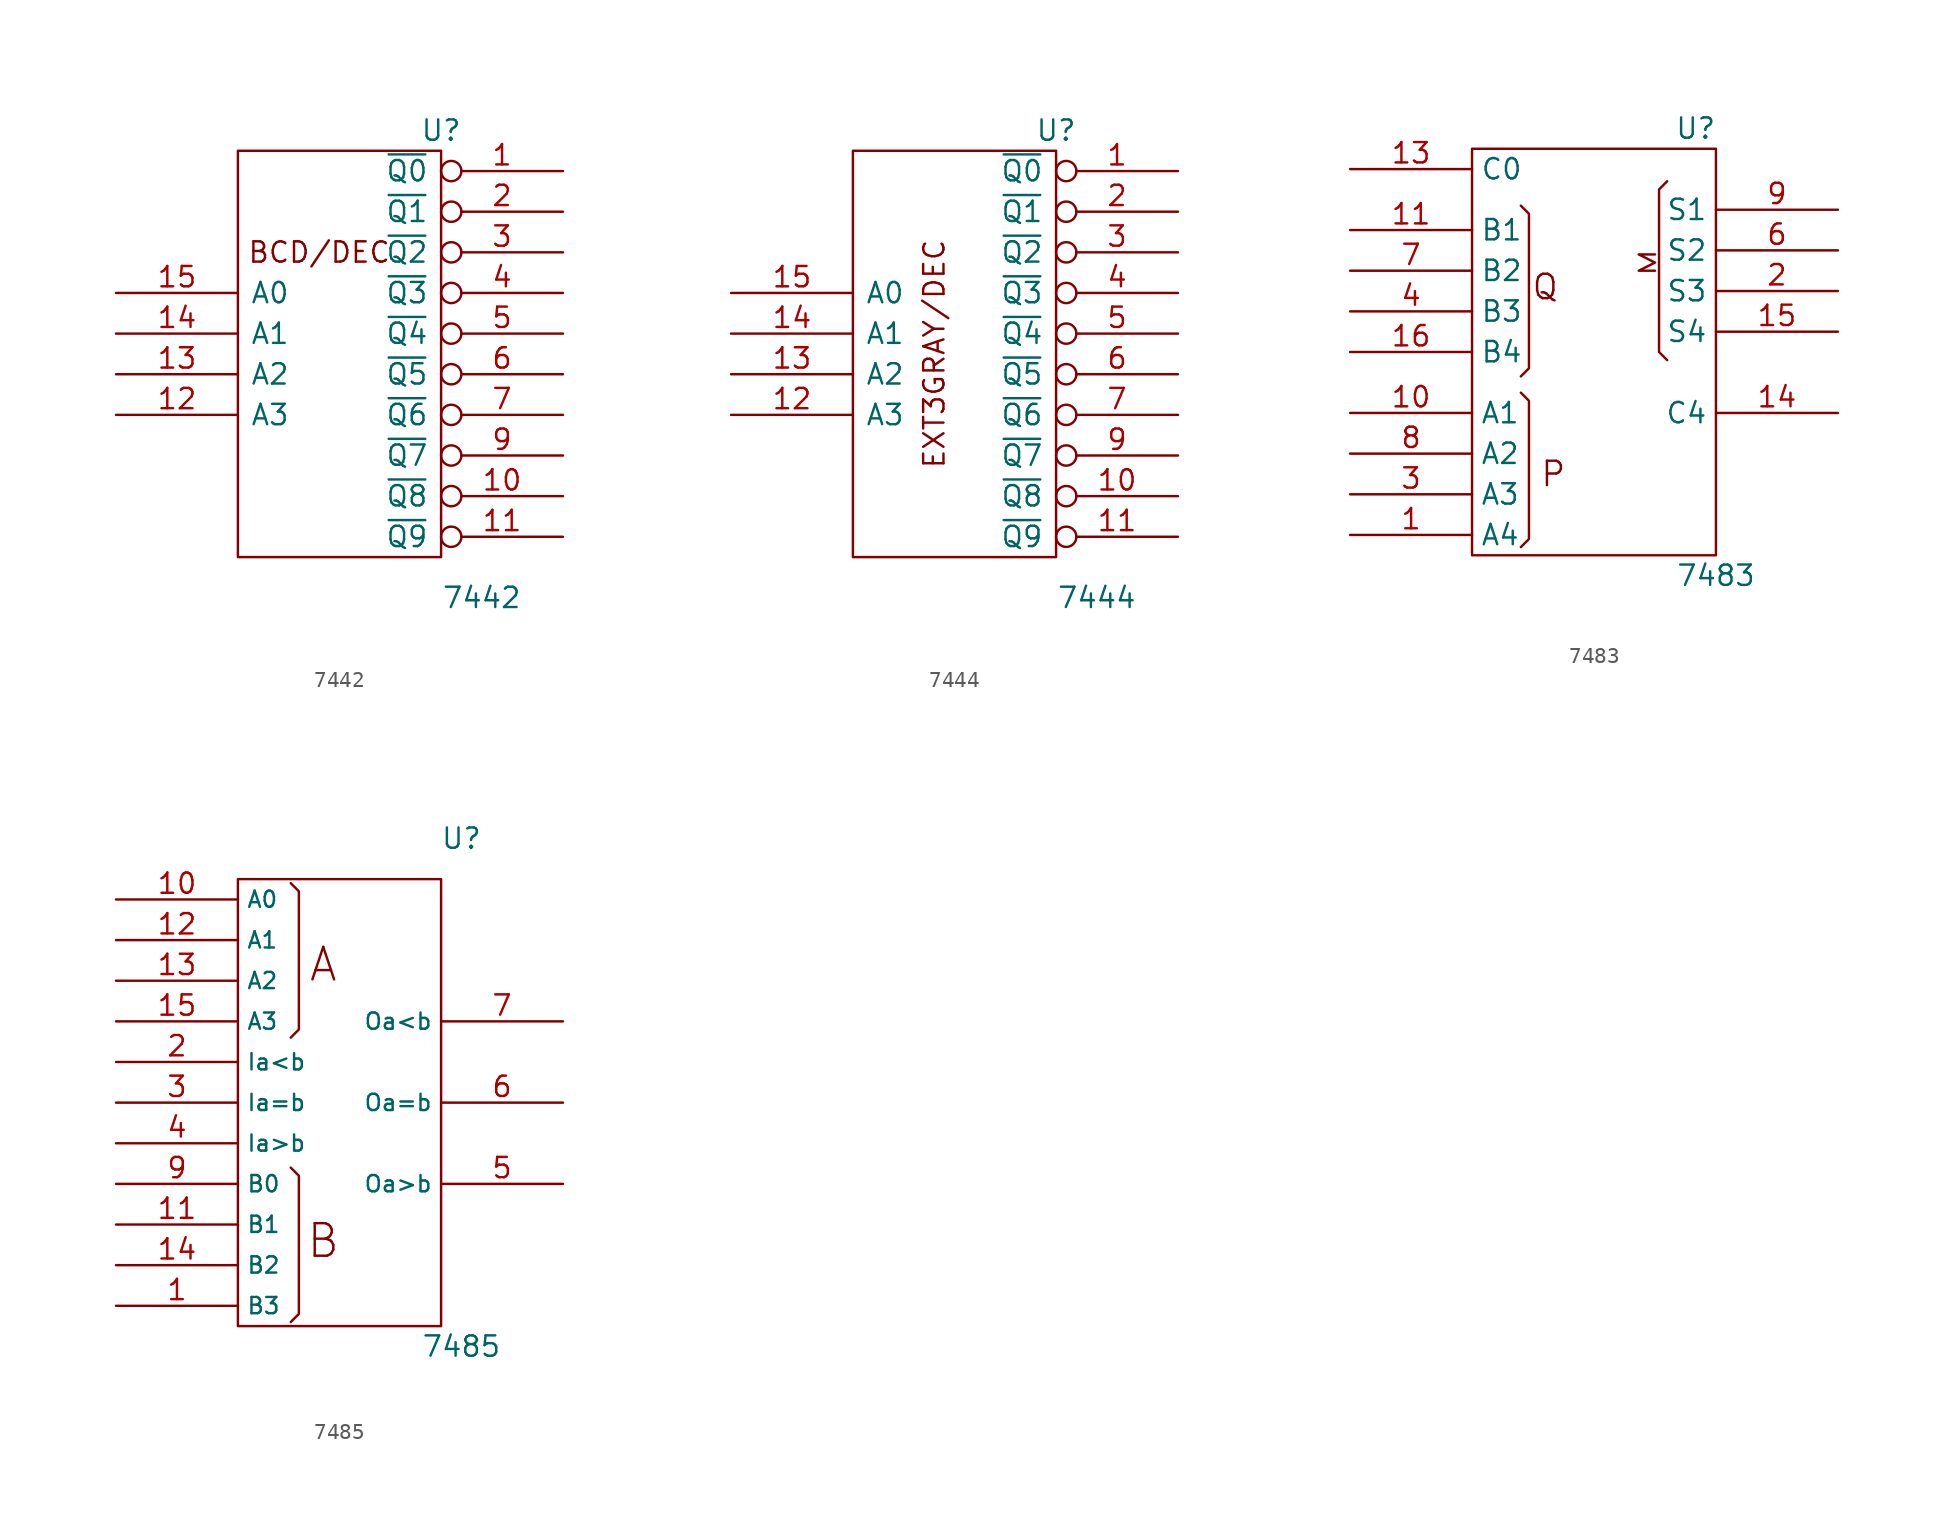
<source format=kicad_sym>
(kicad_symbol_lib
  (version 20201005)
  (generator kicad_symbol_editor)
  (symbol "74xx_IEEE:7442"
    (pin_names
      (offset 0.762))
    (property "Reference" "U"
      (at 6.35 13.97 0)
      (effects (font (size 1.27 1.27))))
    (property "Value" "7442"
      (at 8.89 -15.24 0)
      (effects (font (size 1.27 1.27))))
    (symbol "7442_0_0"
      (text "BCD/DEC" (at -1.27 6.35 0) (effects (font (size 1.27 1.27))))
      (rectangle (start -6.35 12.7) (end 6.35 -12.7) (stroke (width 0)) (fill (type none)))
      (pin power_in line (at 0 12.7 270) (length 0) hide (name "VCC" (effects (font (size 1.27 1.27)))) (number "16" (effects (font (size 1.27 1.27)))))
      (pin power_in line (at 0 -12.7 90) (length 0) hide (name "GND" (effects (font (size 1.27 1.27)))) (number "8" (effects (font (size 1.27 1.27))))))
    (symbol "7442_1_1"
      (pin output inverted (at 13.97 11.43 180) (length 7.62) (name "~Q0" (effects (font (size 1.27 1.27)))) (number "1" (effects (font (size 1.27 1.27)))))
      (pin output inverted (at 13.97 -8.89 180) (length 7.62) (name "~Q8" (effects (font (size 1.27 1.27)))) (number "10" (effects (font (size 1.27 1.27)))))
      (pin output inverted (at 13.97 -11.43 180) (length 7.62) (name "~Q9" (effects (font (size 1.27 1.27)))) (number "11" (effects (font (size 1.27 1.27)))))
      (pin input line (at -13.97 -3.81 0) (length 7.62) (name "A3" (effects (font (size 1.27 1.27)))) (number "12" (effects (font (size 1.27 1.27)))))
      (pin input line (at -13.97 -1.27 0) (length 7.62) (name "A2" (effects (font (size 1.27 1.27)))) (number "13" (effects (font (size 1.27 1.27)))))
      (pin input line (at -13.97 1.27 0) (length 7.62) (name "A1" (effects (font (size 1.27 1.27)))) (number "14" (effects (font (size 1.27 1.27)))))
      (pin input line (at -13.97 3.81 0) (length 7.62) (name "A0" (effects (font (size 1.27 1.27)))) (number "15" (effects (font (size 1.27 1.27)))))
      (pin output inverted (at 13.97 8.89 180) (length 7.62) (name "~Q1" (effects (font (size 1.27 1.27)))) (number "2" (effects (font (size 1.27 1.27)))))
      (pin output inverted (at 13.97 6.35 180) (length 7.62) (name "~Q2" (effects (font (size 1.27 1.27)))) (number "3" (effects (font (size 1.27 1.27)))))
      (pin output inverted (at 13.97 3.81 180) (length 7.62) (name "~Q3" (effects (font (size 1.27 1.27)))) (number "4" (effects (font (size 1.27 1.27)))))
      (pin output inverted (at 13.97 1.27 180) (length 7.62) (name "~Q4" (effects (font (size 1.27 1.27)))) (number "5" (effects (font (size 1.27 1.27)))))
      (pin output inverted (at 13.97 -1.27 180) (length 7.62) (name "~Q5" (effects (font (size 1.27 1.27)))) (number "6" (effects (font (size 1.27 1.27)))))
      (pin output inverted (at 13.97 -3.81 180) (length 7.62) (name "~Q6" (effects (font (size 1.27 1.27)))) (number "7" (effects (font (size 1.27 1.27)))))
      (pin output inverted (at 13.97 -6.35 180) (length 7.62) (name "~Q7" (effects (font (size 1.27 1.27)))) (number "9" (effects (font (size 1.27 1.27)))))))
  (symbol "74xx_IEEE:7444"
    (pin_names
      (offset 0.762))
    (property "Reference" "U"
      (at 6.35 13.97 0)
      (effects (font (size 1.27 1.27))))
    (property "Value" "7444"
      (at 8.89 -15.24 0)
      (effects (font (size 1.27 1.27))))
    (symbol "7444_0_0"
      (text "EXT3GRAY/DEC" (at -1.27 0 900) (effects (font (size 1.27 1.27))))
      (rectangle (start -6.35 12.7) (end 6.35 -12.7) (stroke (width 0)) (fill (type none)))
      (pin power_in line (at 0 12.7 270) (length 0) hide (name "VCC" (effects (font (size 1.27 1.27)))) (number "16" (effects (font (size 1.27 1.27)))))
      (pin power_in line (at 0 -12.7 90) (length 0) hide (name "GND" (effects (font (size 1.27 1.27)))) (number "8" (effects (font (size 1.27 1.27))))))
    (symbol "7444_1_1"
      (pin output inverted (at 13.97 11.43 180) (length 7.62) (name "~Q0" (effects (font (size 1.27 1.27)))) (number "1" (effects (font (size 1.27 1.27)))))
      (pin output inverted (at 13.97 -8.89 180) (length 7.62) (name "~Q8" (effects (font (size 1.27 1.27)))) (number "10" (effects (font (size 1.27 1.27)))))
      (pin output inverted (at 13.97 -11.43 180) (length 7.62) (name "~Q9" (effects (font (size 1.27 1.27)))) (number "11" (effects (font (size 1.27 1.27)))))
      (pin input line (at -13.97 -3.81 0) (length 7.62) (name "A3" (effects (font (size 1.27 1.27)))) (number "12" (effects (font (size 1.27 1.27)))))
      (pin input line (at -13.97 -1.27 0) (length 7.62) (name "A2" (effects (font (size 1.27 1.27)))) (number "13" (effects (font (size 1.27 1.27)))))
      (pin input line (at -13.97 1.27 0) (length 7.62) (name "A1" (effects (font (size 1.27 1.27)))) (number "14" (effects (font (size 1.27 1.27)))))
      (pin input line (at -13.97 3.81 0) (length 7.62) (name "A0" (effects (font (size 1.27 1.27)))) (number "15" (effects (font (size 1.27 1.27)))))
      (pin output inverted (at 13.97 8.89 180) (length 7.62) (name "~Q1" (effects (font (size 1.27 1.27)))) (number "2" (effects (font (size 1.27 1.27)))))
      (pin output inverted (at 13.97 6.35 180) (length 7.62) (name "~Q2" (effects (font (size 1.27 1.27)))) (number "3" (effects (font (size 1.27 1.27)))))
      (pin output inverted (at 13.97 3.81 180) (length 7.62) (name "~Q3" (effects (font (size 1.27 1.27)))) (number "4" (effects (font (size 1.27 1.27)))))
      (pin output inverted (at 13.97 1.27 180) (length 7.62) (name "~Q4" (effects (font (size 1.27 1.27)))) (number "5" (effects (font (size 1.27 1.27)))))
      (pin output inverted (at 13.97 -1.27 180) (length 7.62) (name "~Q5" (effects (font (size 1.27 1.27)))) (number "6" (effects (font (size 1.27 1.27)))))
      (pin output inverted (at 13.97 -3.81 180) (length 7.62) (name "~Q6" (effects (font (size 1.27 1.27)))) (number "7" (effects (font (size 1.27 1.27)))))
      (pin output inverted (at 13.97 -6.35 180) (length 7.62) (name "~Q7" (effects (font (size 1.27 1.27)))) (number "9" (effects (font (size 1.27 1.27)))))))
  (symbol "74xx_IEEE:7483"
    (property "Reference" "U"
      (at 6.35 13.97 0)
      (effects (font (size 1.27 1.27))))
    (property "Value" "7483"
      (at 7.62 -13.97 0)
      (effects (font (size 1.27 1.27))))
    (symbol "7483_0_0"
      (text "P" (at -2.54 -7.62 0) (effects (font (size 1.524 1.524))))
      (text "Q" (at -3.048 4.064 0) (effects (font (size 1.524 1.524))))
      (rectangle (start -7.62 12.7) (end 7.62 -12.7) (stroke (width 0)) (fill (type none)))
      (polyline (pts (xy -4.572 -12.192) (xy -4.064 -11.684) (xy -4.064 -3.048) (xy -4.572 -2.54) (xy -4.572 -2.54)) (stroke (width 0)) (fill (type none)))
      (polyline (pts (xy -4.572 9.144) (xy -4.064 8.636) (xy -4.064 -1.016) (xy -4.572 -1.524) (xy -4.572 -1.524)) (stroke (width 0)) (fill (type none)))
      (polyline (pts (xy 4.572 10.668) (xy 4.064 10.16) (xy 4.064 0) (xy 4.572 -0.508) (xy 4.572 -0.508)) (stroke (width 0)) (fill (type none)))
      (polyline (pts (xy 3.81 6.096) (xy 2.794 6.096) (xy 3.81 5.588) (xy 2.794 5.08) (xy 3.81 5.08) (xy 3.81 5.08)) (stroke (width 0)) (fill (type none)))
      (pin power_in line (at 0 -12.7 90) (length 0) hide (name "GND" (effects (font (size 1.27 1.27)))) (number "12" (effects (font (size 1.27 1.27)))))
      (pin power_in line (at 0 12.7 270) (length 0) hide (name "VCC" (effects (font (size 1.27 1.27)))) (number "5" (effects (font (size 1.27 1.27))))))
    (symbol "7483_1_1"
      (pin input line (at -15.24 -11.43 0) (length 7.62) (name "A4" (effects (font (size 1.27 1.27)))) (number "1" (effects (font (size 1.27 1.27)))))
      (pin input line (at -15.24 -3.81 0) (length 7.62) (name "A1" (effects (font (size 1.27 1.27)))) (number "10" (effects (font (size 1.27 1.27)))))
      (pin input line (at -15.24 7.62 0) (length 7.62) (name "B1" (effects (font (size 1.27 1.27)))) (number "11" (effects (font (size 1.27 1.27)))))
      (pin input line (at -15.24 11.43 0) (length 7.62) (name "C0" (effects (font (size 1.27 1.27)))) (number "13" (effects (font (size 1.27 1.27)))))
      (pin output line (at 15.24 -3.81 180) (length 7.62) (name "C4" (effects (font (size 1.27 1.27)))) (number "14" (effects (font (size 1.27 1.27)))))
      (pin output line (at 15.24 1.27 180) (length 7.62) (name "S4" (effects (font (size 1.27 1.27)))) (number "15" (effects (font (size 1.27 1.27)))))
      (pin input line (at -15.24 0 0) (length 7.62) (name "B4" (effects (font (size 1.27 1.27)))) (number "16" (effects (font (size 1.27 1.27)))))
      (pin output line (at 15.24 3.81 180) (length 7.62) (name "S3" (effects (font (size 1.27 1.27)))) (number "2" (effects (font (size 1.27 1.27)))))
      (pin input line (at -15.24 -8.89 0) (length 7.62) (name "A3" (effects (font (size 1.27 1.27)))) (number "3" (effects (font (size 1.27 1.27)))))
      (pin input line (at -15.24 2.54 0) (length 7.62) (name "B3" (effects (font (size 1.27 1.27)))) (number "4" (effects (font (size 1.27 1.27)))))
      (pin output line (at 15.24 6.35 180) (length 7.62) (name "S2" (effects (font (size 1.27 1.27)))) (number "6" (effects (font (size 1.27 1.27)))))
      (pin input line (at -15.24 5.08 0) (length 7.62) (name "B2" (effects (font (size 1.27 1.27)))) (number "7" (effects (font (size 1.27 1.27)))))
      (pin input line (at -15.24 -6.35 0) (length 7.62) (name "A2" (effects (font (size 1.27 1.27)))) (number "8" (effects (font (size 1.27 1.27)))))
      (pin output line (at 15.24 8.89 180) (length 7.62) (name "S1" (effects (font (size 1.27 1.27)))) (number "9" (effects (font (size 1.27 1.27)))))))
  (symbol "74xx_IEEE:7485"
    (property "Reference" "U"
      (at 7.62 16.51 0)
      (effects (font (size 1.27 1.27))))
    (property "Value" "7485"
      (at 7.62 -15.24 0)
      (effects (font (size 1.27 1.27))))
    (symbol "7485_0_0"
      (text "A" (at -1.016 8.636 0) (effects (font (size 2.032 2.032))))
      (text "B" (at -1.016 -8.636 0) (effects (font (size 2.032 2.032))))
      (rectangle (start -6.35 13.97) (end 6.35 -13.97) (stroke (width 0)) (fill (type none)))
      (polyline (pts (xy -3.048 -13.716) (xy -2.54 -13.208) (xy -2.54 -4.572) (xy -3.048 -4.064) (xy -3.048 -4.064)) (stroke (width 0)) (fill (type none)))
      (polyline (pts (xy -3.048 13.716) (xy -2.54 13.208) (xy -2.54 4.572) (xy -3.048 4.064) (xy -3.048 4.064)) (stroke (width 0)) (fill (type none)))
      (pin power_in line (at 0 13.97 270) (length 0) hide (name "VCC" (effects (font (size 1.016 1.016)))) (number "16" (effects (font (size 1.27 1.27)))))
      (pin power_in line (at 0 -13.97 90) (length 0) hide (name "GND" (effects (font (size 1.016 1.016)))) (number "8" (effects (font (size 1.27 1.27))))))
    (symbol "7485_1_1"
      (pin input line (at -13.97 -12.7 0) (length 7.62) (name "B3" (effects (font (size 1.016 1.016)))) (number "1" (effects (font (size 1.27 1.27)))))
      (pin input line (at -13.97 12.7 0) (length 7.62) (name "A0" (effects (font (size 1.016 1.016)))) (number "10" (effects (font (size 1.27 1.27)))))
      (pin input line (at -13.97 -7.62 0) (length 7.62) (name "B1" (effects (font (size 1.016 1.016)))) (number "11" (effects (font (size 1.27 1.27)))))
      (pin input line (at -13.97 10.16 0) (length 7.62) (name "A1" (effects (font (size 1.016 1.016)))) (number "12" (effects (font (size 1.27 1.27)))))
      (pin input line (at -13.97 7.62 0) (length 7.62) (name "A2" (effects (font (size 1.016 1.016)))) (number "13" (effects (font (size 1.27 1.27)))))
      (pin input line (at -13.97 -10.16 0) (length 7.62) (name "B2" (effects (font (size 1.016 1.016)))) (number "14" (effects (font (size 1.27 1.27)))))
      (pin input line (at -13.97 5.08 0) (length 7.62) (name "A3" (effects (font (size 1.016 1.016)))) (number "15" (effects (font (size 1.27 1.27)))))
      (pin input line (at -13.97 2.54 0) (length 7.62) (name "Ia<b" (effects (font (size 1.016 1.016)))) (number "2" (effects (font (size 1.27 1.27)))))
      (pin input line (at -13.97 0 0) (length 7.62) (name "Ia=b" (effects (font (size 1.016 1.016)))) (number "3" (effects (font (size 1.27 1.27)))))
      (pin input line (at -13.97 -2.54 0) (length 7.62) (name "Ia>b" (effects (font (size 1.016 1.016)))) (number "4" (effects (font (size 1.27 1.27)))))
      (pin output line (at 13.97 -5.08 180) (length 7.62) (name "Oa>b" (effects (font (size 1.016 1.016)))) (number "5" (effects (font (size 1.27 1.27)))))
      (pin output line (at 13.97 0 180) (length 7.62) (name "Oa=b" (effects (font (size 1.016 1.016)))) (number "6" (effects (font (size 1.27 1.27)))))
      (pin output line (at 13.97 5.08 180) (length 7.62) (name "Oa<b" (effects (font (size 1.016 1.016)))) (number "7" (effects (font (size 1.27 1.27)))))
      (pin input line (at -13.97 -5.08 0) (length 7.62) (name "B0" (effects (font (size 1.016 1.016)))) (number "9" (effects (font (size 1.27 1.27))))))))
</source>
